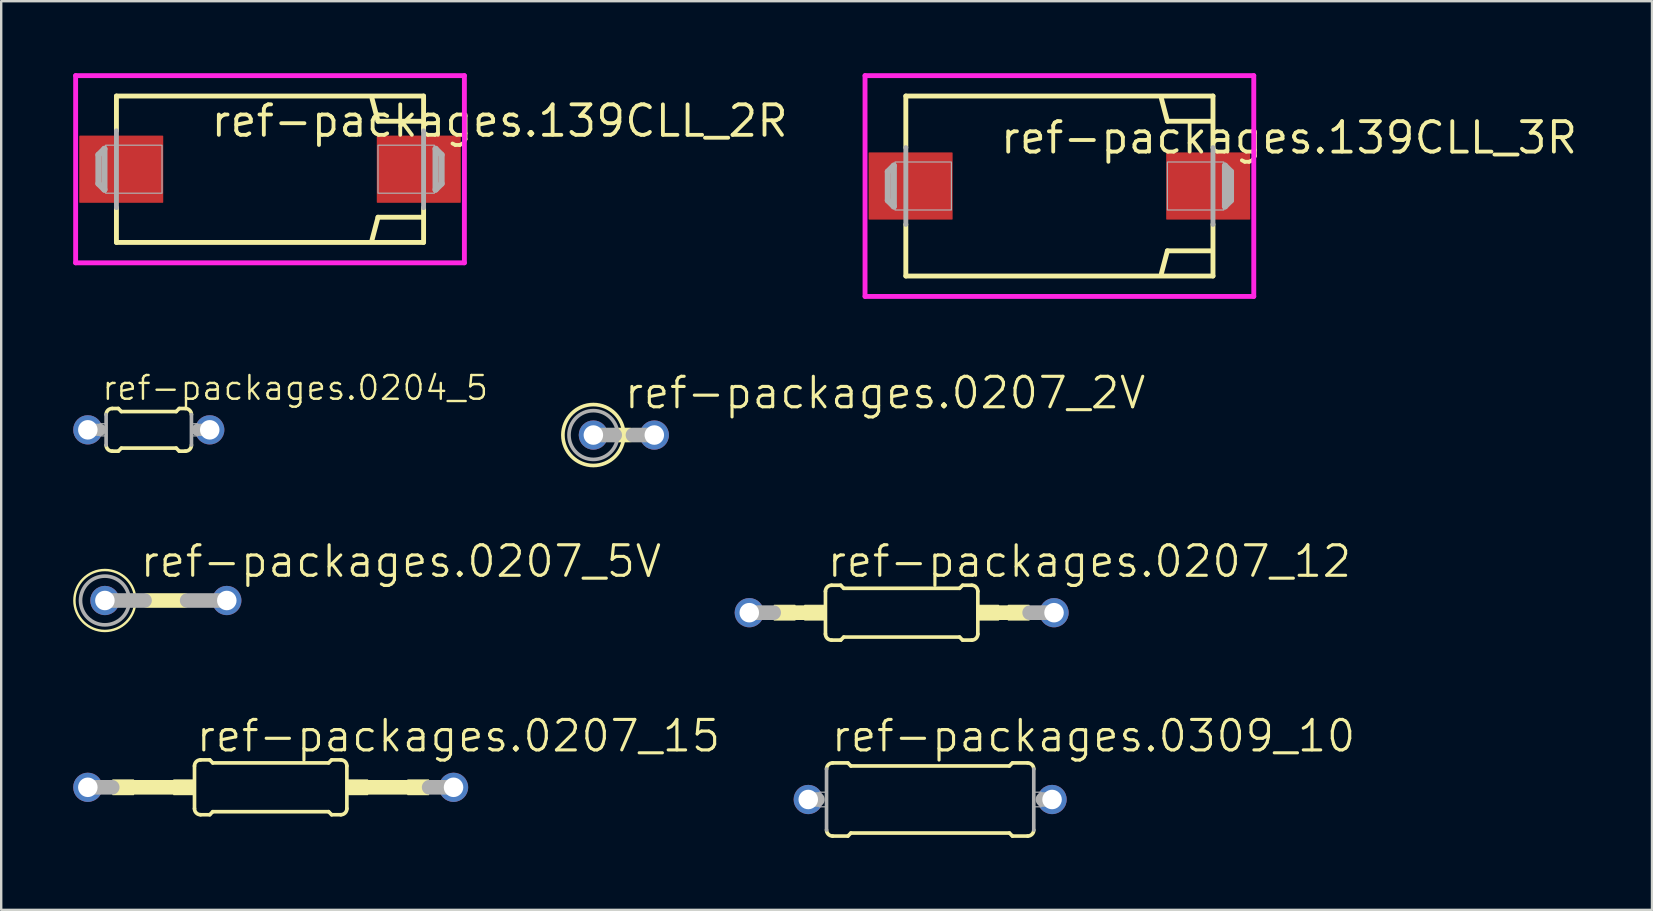
<source format=kicad_pcb>
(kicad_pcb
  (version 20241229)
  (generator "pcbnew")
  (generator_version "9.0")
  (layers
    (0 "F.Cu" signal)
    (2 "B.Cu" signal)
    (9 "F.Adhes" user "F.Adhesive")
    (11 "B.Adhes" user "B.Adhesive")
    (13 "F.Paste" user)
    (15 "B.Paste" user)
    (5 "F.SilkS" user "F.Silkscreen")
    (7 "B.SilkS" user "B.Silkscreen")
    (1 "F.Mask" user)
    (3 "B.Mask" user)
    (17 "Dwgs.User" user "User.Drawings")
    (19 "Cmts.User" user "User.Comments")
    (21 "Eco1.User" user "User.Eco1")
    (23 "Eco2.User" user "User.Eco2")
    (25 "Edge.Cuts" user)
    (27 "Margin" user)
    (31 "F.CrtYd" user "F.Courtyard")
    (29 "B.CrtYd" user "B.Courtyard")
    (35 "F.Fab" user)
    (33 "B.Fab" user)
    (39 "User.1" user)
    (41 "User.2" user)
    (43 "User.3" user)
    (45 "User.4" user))
  (footprint "ref-packages.0207_2V"
    (layer "F.Cu")
    (at 22.947 15.079)
    (property "Reference" "ref-packages.0207_2V" (at -0.051 -1.016 0) (layer "F.SilkS") (effects (font (size 1.27 1.27) (thickness 0.13)) (justify left bottom)))
    (attr through_hole)
    (fp_line (start -0.254 0) (end 0.254 0) (stroke (width 0.61) (type default)) (layer "F.SilkS"))
    (fp_circle (center -1.27 0) (end 0 0) (stroke (width 0.152) (type default)) (fill no) (layer "F.SilkS"))
    (fp_line (start -1.27 0) (end -0.381 0) (stroke (width 0.61) (type default)) (layer "F.Fab"))
    (fp_line (start 0.381 0) (end 1.27 0) (stroke (width 0.61) (type default)) (layer "F.Fab"))
    (fp_circle (center -1.27 0) (end -0.254 0) (stroke (width 0.152) (type default)) (fill no) (layer "F.Fab"))
    (pad "1" thru_hole circle (at -1.27 0) (size 1.219 1.219) (drill 0.813) (layers "*.Cu" "*.Mask"))
    (pad "2" thru_hole circle (at 1.27 0) (size 1.219 1.219) (drill 0.813) (layers "*.Cu" "*.Mask")))
  (footprint "ref-packages.0204_5"
    (layer "F.Cu")
    (at 3.15 14.862)
    (property "Reference" "ref-packages.0204_5" (at -2.007 -1.168 0) (layer "F.SilkS") (effects (font (size 0.991 0.991) (thickness 0.1)) (justify left bottom)))
    (attr through_hole)
    (fp_line (start -1.524 -0.889) (end -1.27 -0.889) (stroke (width 0.152) (type default)) (layer "F.SilkS"))
    (fp_line (start -1.524 0.889) (end -1.27 0.889) (stroke (width 0.152) (type default)) (layer "F.SilkS"))
    (fp_line (start -1.143 -0.762) (end -1.27 -0.889) (stroke (width 0.152) (type default)) (layer "F.SilkS"))
    (fp_line (start -1.143 0.762) (end -1.27 0.889) (stroke (width 0.152) (type default)) (layer "F.SilkS"))
    (fp_line (start 1.143 -0.762) (end -1.143 -0.762) (stroke (width 0.152) (type default)) (layer "F.SilkS"))
    (fp_line (start 1.143 -0.762) (end 1.27 -0.889) (stroke (width 0.152) (type default)) (layer "F.SilkS"))
    (fp_line (start 1.143 0.762) (end -1.143 0.762) (stroke (width 0.152) (type default)) (layer "F.SilkS"))
    (fp_line (start 1.143 0.762) (end 1.27 0.889) (stroke (width 0.152) (type default)) (layer "F.SilkS"))
    (fp_line (start 1.524 -0.889) (end 1.27 -0.889) (stroke (width 0.152) (type default)) (layer "F.SilkS"))
    (fp_line (start 1.524 0.889) (end 1.27 0.889) (stroke (width 0.152) (type default)) (layer "F.SilkS"))
    (fp_arc (start -1.778 -0.635) (mid -1.703605 -0.814605) (end -1.524 -0.889) (stroke (width 0.1524) (type default)) (layer "F.SilkS"))
    (fp_arc (start -1.524 0.889) (mid -1.703605 0.814605) (end -1.778 0.635) (stroke (width 0.1524) (type default)) (layer "F.SilkS"))
    (fp_arc (start 1.524 -0.889) (mid 1.703605 -0.814605) (end 1.778 -0.635) (stroke (width 0.1524) (type default)) (layer "F.SilkS"))
    (fp_arc (start 1.778 0.635) (mid 1.703605 0.814605) (end 1.524 0.889) (stroke (width 0.1524) (type default)) (layer "F.SilkS"))
    (fp_line (start -2.54 0) (end -2.032 0) (stroke (width 0.508) (type default)) (layer "F.Fab"))
    (fp_line (start -1.778 0.635) (end -1.778 -0.635) (stroke (width 0.152) (type default)) (layer "F.Fab"))
    (fp_line (start 1.778 0.635) (end 1.778 -0.635) (stroke (width 0.152) (type default)) (layer "F.Fab"))
    (fp_line (start 2.54 0) (end 2.032 0) (stroke (width 0.508) (type default)) (layer "F.Fab"))
    (fp_rect (start -2.032 0.254) (end -1.778 -0.254) (stroke (width 0.05) (type default)) (fill no) (layer "F.Fab"))
    (fp_rect (start 1.778 0.254) (end 2.032 -0.254) (stroke (width 0.05) (type default)) (fill no) (layer "F.Fab"))
    (pad "1" thru_hole circle (at -2.54 0) (size 1.219 1.219) (drill 0.813) (layers "*.Cu" "*.Mask"))
    (pad "2" thru_hole circle (at 2.54 0) (size 1.219 1.219) (drill 0.813) (layers "*.Cu" "*.Mask")))
  (footprint "ref-packages.139CLL_2R"
    (layer "F.Cu")
    (at 8.202 4.002)
    (property "Reference" "ref-packages.139CLL_2R" (at -2.54 -1.27 0) (layer "F.SilkS") (effects (font (size 1.27 1.27) (thickness 0.16)) (justify left bottom)))
    (attr smd)
    (fp_line (start -6.4 -3.05) (end 6.4 -3.05) (stroke (width 0.203) (type default)) (layer "F.SilkS"))
    (fp_line (start -6.4 -1.6) (end -6.4 -3.05) (stroke (width 0.203) (type default)) (layer "F.SilkS"))
    (fp_line (start -6.4 3.05) (end -6.4 1.6) (stroke (width 0.203) (type default)) (layer "F.SilkS"))
    (fp_line (start 4.5 -2) (end 4.25 -2.95) (stroke (width 0.203) (type default)) (layer "F.SilkS"))
    (fp_line (start 4.5 2) (end 4.25 2.95) (stroke (width 0.203) (type default)) (layer "F.SilkS"))
    (fp_line (start 6.35 -2) (end 4.5 -2) (stroke (width 0.203) (type default)) (layer "F.SilkS"))
    (fp_line (start 6.35 2) (end 4.5 2) (stroke (width 0.203) (type default)) (layer "F.SilkS"))
    (fp_line (start 6.4 -3.05) (end 6.4 -1.6) (stroke (width 0.203) (type default)) (layer "F.SilkS"))
    (fp_line (start 6.4 1.6) (end 6.4 3.05) (stroke (width 0.203) (type default)) (layer "F.SilkS"))
    (fp_line (start 6.4 3.05) (end -6.4 3.05) (stroke (width 0.203) (type default)) (layer "F.SilkS"))
    (fp_line (start -8.1 -3.9) (end -8.1 3.9) (stroke (width 0.203) (type default)) (layer "F.CrtYd"))
    (fp_line (start -8.1 3.9) (end 8.1 3.9) (stroke (width 0.203) (type default)) (layer "F.CrtYd"))
    (fp_line (start 8.1 -3.9) (end -8.1 -3.9) (stroke (width 0.203) (type default)) (layer "F.CrtYd"))
    (fp_line (start 8.1 3.9) (end 8.1 -3.9) (stroke (width 0.203) (type default)) (layer "F.CrtYd"))
    (fp_line (start -7.15 -0.6) (end -6.9 -0.85) (stroke (width 0.254) (type default)) (layer "F.Fab"))
    (fp_line (start -7.15 0.6) (end -7.15 -0.6) (stroke (width 0.254) (type default)) (layer "F.Fab"))
    (fp_line (start -6.9 -0.85) (end -6.9 0.85) (stroke (width 0.254) (type default)) (layer "F.Fab"))
    (fp_line (start -6.9 0.85) (end -7.15 0.6) (stroke (width 0.254) (type default)) (layer "F.Fab"))
    (fp_line (start -6.4 1.6) (end -6.4 -1.6) (stroke (width 0.203) (type default)) (layer "F.Fab"))
    (fp_line (start 6.4 -1.6) (end 6.4 1.6) (stroke (width 0.203) (type default)) (layer "F.Fab"))
    (fp_line (start 6.9 -0.85) (end 7.15 -0.6) (stroke (width 0.254) (type default)) (layer "F.Fab"))
    (fp_line (start 6.9 0.85) (end 6.9 -0.85) (stroke (width 0.254) (type default)) (layer "F.Fab"))
    (fp_line (start 7.15 -0.6) (end 7.15 0.6) (stroke (width 0.254) (type default)) (layer "F.Fab"))
    (fp_line (start 7.15 0.6) (end 6.9 0.85) (stroke (width 0.254) (type default)) (layer "F.Fab"))
    (fp_rect (start -6.85 1) (end -4.5 -1) (stroke (width 0.05) (type default)) (fill no) (layer "F.Fab"))
    (fp_rect (start 4.5 1) (end 6.85 -1) (stroke (width 0.05) (type default)) (fill no) (layer "F.Fab"))
    (pad "+" smd roundrect (at 6.2 0) (size 3.5 2.8) (layers "F.Cu" "F.Mask" "F.Paste") (roundrect_rratio 0.01))
    (pad "-" smd roundrect (at -6.2 0) (size 3.5 2.8) (layers "F.Cu" "F.Mask" "F.Paste") (roundrect_rratio 0.01)))
  (footprint "ref-packages.0207_5V"
    (layer "F.Cu")
    (at 3.861 21.974)
    (property "Reference" "ref-packages.0207_5V" (at -1.143 -0.889 0) (layer "F.SilkS") (effects (font (size 1.27 1.27) (thickness 0.13)) (justify left bottom)))
    (attr through_hole)
    (fp_line (start -0.762 0) (end 0.762 0) (stroke (width 0.61) (type default)) (layer "F.SilkS"))
    (fp_circle (center -2.54 0) (end -1.27 0) (stroke (width 0.102) (type default)) (fill no) (layer "F.SilkS"))
    (fp_line (start -2.54 0) (end -0.889 0) (stroke (width 0.61) (type default)) (layer "F.Fab"))
    (fp_line (start 0.889 0) (end 2.54 0) (stroke (width 0.61) (type default)) (layer "F.Fab"))
    (fp_circle (center -2.54 0) (end -1.524 0) (stroke (width 0.152) (type default)) (fill no) (layer "F.Fab"))
    (pad "1" thru_hole circle (at -2.54 0) (size 1.219 1.219) (drill 0.813) (layers "*.Cu" "*.Mask"))
    (pad "2" thru_hole circle (at 2.54 0) (size 1.219 1.219) (drill 0.813) (layers "*.Cu" "*.Mask")))
  (footprint "ref-packages.0207_12"
    (layer "F.Cu")
    (at 34.524 22.482)
    (property "Reference" "ref-packages.0207_12" (at -3.175 -1.397 0) (layer "F.SilkS") (effects (font (size 1.27 1.27) (thickness 0.13)) (justify left bottom)))
    (attr through_hole)
    (fp_line (start -4.445 0) (end -4.064 0) (stroke (width 0.61) (type default)) (layer "F.SilkS"))
    (fp_line (start -3.175 0.889) (end -3.175 -0.889) (stroke (width 0.152) (type default)) (layer "F.SilkS"))
    (fp_line (start -2.921 -1.143) (end -2.54 -1.143) (stroke (width 0.152) (type default)) (layer "F.SilkS"))
    (fp_line (start -2.921 1.143) (end -2.54 1.143) (stroke (width 0.152) (type default)) (layer "F.SilkS"))
    (fp_line (start -2.413 -1.016) (end -2.54 -1.143) (stroke (width 0.152) (type default)) (layer "F.SilkS"))
    (fp_line (start -2.413 1.016) (end -2.54 1.143) (stroke (width 0.152) (type default)) (layer "F.SilkS"))
    (fp_line (start 2.413 -1.016) (end -2.413 -1.016) (stroke (width 0.152) (type default)) (layer "F.SilkS"))
    (fp_line (start 2.413 -1.016) (end 2.54 -1.143) (stroke (width 0.152) (type default)) (layer "F.SilkS"))
    (fp_line (start 2.413 1.016) (end -2.413 1.016) (stroke (width 0.152) (type default)) (layer "F.SilkS"))
    (fp_line (start 2.413 1.016) (end 2.54 1.143) (stroke (width 0.152) (type default)) (layer "F.SilkS"))
    (fp_line (start 2.921 -1.143) (end 2.54 -1.143) (stroke (width 0.152) (type default)) (layer "F.SilkS"))
    (fp_line (start 2.921 1.143) (end 2.54 1.143) (stroke (width 0.152) (type default)) (layer "F.SilkS"))
    (fp_line (start 3.175 0.889) (end 3.175 -0.889) (stroke (width 0.152) (type default)) (layer "F.SilkS"))
    (fp_line (start 4.445 0) (end 4.064 0) (stroke (width 0.61) (type default)) (layer "F.SilkS"))
    (fp_rect (start -5.309 0.305) (end -4.445 -0.305) (stroke (width 0.05) (type default)) (fill yes) (layer "F.SilkS"))
    (fp_rect (start -4.039 0.305) (end -3.175 -0.305) (stroke (width 0.05) (type default)) (fill yes) (layer "F.SilkS"))
    (fp_rect (start 3.175 0.305) (end 4.039 -0.305) (stroke (width 0.05) (type default)) (fill yes) (layer "F.SilkS"))
    (fp_rect (start 4.445 0.305) (end 5.309 -0.305) (stroke (width 0.05) (type default)) (fill yes) (layer "F.SilkS"))
    (fp_arc (start -3.175 -0.889) (mid -3.100605 -1.068605) (end -2.921 -1.143) (stroke (width 0.1524) (type default)) (layer "F.SilkS"))
    (fp_arc (start -2.921 1.143) (mid -3.100605 1.068605) (end -3.175 0.889) (stroke (width 0.1524) (type default)) (layer "F.SilkS"))
    (fp_arc (start 2.921 -1.143) (mid 3.100605 -1.068605) (end 3.175 -0.889) (stroke (width 0.1524) (type default)) (layer "F.SilkS"))
    (fp_arc (start 3.175 0.889) (mid 3.100605 1.068605) (end 2.921 1.143) (stroke (width 0.1524) (type default)) (layer "F.SilkS"))
    (fp_line (start -6.35 0) (end -5.334 0) (stroke (width 0.61) (type default)) (layer "F.Fab"))
    (fp_line (start 6.35 0) (end 5.334 0) (stroke (width 0.61) (type default)) (layer "F.Fab"))
    (pad "1" thru_hole circle (at -6.35 0) (size 1.219 1.219) (drill 0.813) (layers "*.Cu" "*.Mask"))
    (pad "2" thru_hole circle (at 6.35 0) (size 1.219 1.219) (drill 0.813) (layers "*.Cu" "*.Mask")))
  (footprint "ref-packages.139CLL_3R"
    (layer "F.Cu")
    (at 41.098 4.702)
    (property "Reference" "ref-packages.139CLL_3R" (at -2.54 -1.27 0) (layer "F.SilkS") (effects (font (size 1.27 1.27) (thickness 0.16)) (justify left bottom)))
    (attr smd)
    (fp_line (start -6.4 -3.75) (end 6.4 -3.75) (stroke (width 0.203) (type default)) (layer "F.SilkS"))
    (fp_line (start -6.4 -1.6) (end -6.4 -3.75) (stroke (width 0.203) (type default)) (layer "F.SilkS"))
    (fp_line (start -6.4 3.75) (end -6.4 1.6) (stroke (width 0.203) (type default)) (layer "F.SilkS"))
    (fp_line (start 4.5 -2.7) (end 4.25 -3.65) (stroke (width 0.203) (type default)) (layer "F.SilkS"))
    (fp_line (start 4.5 2.7) (end 4.25 3.65) (stroke (width 0.203) (type default)) (layer "F.SilkS"))
    (fp_line (start 6.35 -2.7) (end 4.5 -2.7) (stroke (width 0.203) (type default)) (layer "F.SilkS"))
    (fp_line (start 6.35 2.7) (end 4.5 2.7) (stroke (width 0.203) (type default)) (layer "F.SilkS"))
    (fp_line (start 6.4 -3.75) (end 6.4 -1.6) (stroke (width 0.203) (type default)) (layer "F.SilkS"))
    (fp_line (start 6.4 1.6) (end 6.4 3.75) (stroke (width 0.203) (type default)) (layer "F.SilkS"))
    (fp_line (start 6.4 3.75) (end -6.4 3.75) (stroke (width 0.203) (type default)) (layer "F.SilkS"))
    (fp_line (start -8.1 -4.6) (end -8.1 4.6) (stroke (width 0.203) (type default)) (layer "F.CrtYd"))
    (fp_line (start -8.1 4.6) (end 8.1 4.6) (stroke (width 0.203) (type default)) (layer "F.CrtYd"))
    (fp_line (start 8.1 -4.6) (end -8.1 -4.6) (stroke (width 0.203) (type default)) (layer "F.CrtYd"))
    (fp_line (start 8.1 4.6) (end 8.1 -4.6) (stroke (width 0.203) (type default)) (layer "F.CrtYd"))
    (fp_line (start -7.15 -0.6) (end -6.9 -0.85) (stroke (width 0.254) (type default)) (layer "F.Fab"))
    (fp_line (start -7.15 0.6) (end -7.15 -0.6) (stroke (width 0.254) (type default)) (layer "F.Fab"))
    (fp_line (start -6.9 -0.85) (end -6.9 0.85) (stroke (width 0.254) (type default)) (layer "F.Fab"))
    (fp_line (start -6.9 0.85) (end -7.15 0.6) (stroke (width 0.254) (type default)) (layer "F.Fab"))
    (fp_line (start -6.4 1.6) (end -6.4 -1.6) (stroke (width 0.203) (type default)) (layer "F.Fab"))
    (fp_line (start 6.4 -1.6) (end 6.4 1.6) (stroke (width 0.203) (type default)) (layer "F.Fab"))
    (fp_line (start 6.9 -0.85) (end 7.15 -0.6) (stroke (width 0.254) (type default)) (layer "F.Fab"))
    (fp_line (start 6.9 0.85) (end 6.9 -0.85) (stroke (width 0.254) (type default)) (layer "F.Fab"))
    (fp_line (start 7.15 -0.6) (end 7.15 0.6) (stroke (width 0.254) (type default)) (layer "F.Fab"))
    (fp_line (start 7.15 0.6) (end 6.9 0.85) (stroke (width 0.254) (type default)) (layer "F.Fab"))
    (fp_rect (start -6.85 1) (end -4.5 -1) (stroke (width 0.05) (type default)) (fill no) (layer "F.Fab"))
    (fp_rect (start 4.5 1) (end 6.85 -1) (stroke (width 0.05) (type default)) (fill no) (layer "F.Fab"))
    (pad "+" smd roundrect (at 6.2 0) (size 3.5 2.8) (layers "F.Cu" "F.Mask" "F.Paste") (roundrect_rratio 0.01))
    (pad "-" smd roundrect (at -6.2 0) (size 3.5 2.8) (layers "F.Cu" "F.Mask" "F.Paste") (roundrect_rratio 0.01)))
  (footprint "ref-packages.0309_10"
    (layer "F.Cu")
    (at 35.712 30.267)
    (property "Reference" "ref-packages.0309_10" (at -4.191 -1.905 0) (layer "F.SilkS") (effects (font (size 1.27 1.27) (thickness 0.13)) (justify left bottom)))
    (attr through_hole)
    (fp_line (start -4.064 -1.524) (end -3.429 -1.524) (stroke (width 0.152) (type default)) (layer "F.SilkS"))
    (fp_line (start -4.064 1.524) (end -3.429 1.524) (stroke (width 0.152) (type default)) (layer "F.SilkS"))
    (fp_line (start -3.302 -1.397) (end -3.429 -1.524) (stroke (width 0.152) (type default)) (layer "F.SilkS"))
    (fp_line (start -3.302 1.397) (end -3.429 1.524) (stroke (width 0.152) (type default)) (layer "F.SilkS"))
    (fp_line (start 3.302 -1.397) (end -3.302 -1.397) (stroke (width 0.152) (type default)) (layer "F.SilkS"))
    (fp_line (start 3.302 -1.397) (end 3.429 -1.524) (stroke (width 0.152) (type default)) (layer "F.SilkS"))
    (fp_line (start 3.302 1.397) (end -3.302 1.397) (stroke (width 0.152) (type default)) (layer "F.SilkS"))
    (fp_line (start 3.302 1.397) (end 3.429 1.524) (stroke (width 0.152) (type default)) (layer "F.SilkS"))
    (fp_line (start 4.064 -1.524) (end 3.429 -1.524) (stroke (width 0.152) (type default)) (layer "F.SilkS"))
    (fp_line (start 4.064 1.524) (end 3.429 1.524) (stroke (width 0.152) (type default)) (layer "F.SilkS"))
    (fp_arc (start -4.318 -1.27) (mid -4.243605 -1.449605) (end -4.064 -1.524) (stroke (width 0.1524) (type default)) (layer "F.SilkS"))
    (fp_arc (start -4.064 1.524) (mid -4.243605 1.449605) (end -4.318 1.27) (stroke (width 0.1524) (type default)) (layer "F.SilkS"))
    (fp_arc (start 4.064 -1.524) (mid 4.243605 -1.449605) (end 4.318 -1.27) (stroke (width 0.1524) (type default)) (layer "F.SilkS"))
    (fp_arc (start 4.318 1.27) (mid 4.243605 1.449605) (end 4.064 1.524) (stroke (width 0.1524) (type default)) (layer "F.SilkS"))
    (fp_line (start -4.699 0) (end -5.08 0) (stroke (width 0.61) (type default)) (layer "F.Fab"))
    (fp_line (start -4.318 1.27) (end -4.318 -1.27) (stroke (width 0.152) (type default)) (layer "F.Fab"))
    (fp_line (start 4.318 1.27) (end 4.318 -1.27) (stroke (width 0.152) (type default)) (layer "F.Fab"))
    (fp_line (start 5.08 0) (end 4.699 0) (stroke (width 0.61) (type default)) (layer "F.Fab"))
    (fp_rect (start -4.623 0.305) (end -4.318 -0.305) (stroke (width 0.05) (type default)) (fill no) (layer "F.Fab"))
    (fp_rect (start 4.318 0.305) (end 4.623 -0.305) (stroke (width 0.05) (type default)) (fill no) (layer "F.Fab"))
    (pad "1" thru_hole circle (at -5.08 0) (size 1.219 1.219) (drill 0.813) (layers "*.Cu" "*.Mask"))
    (pad "2" thru_hole circle (at 5.08 0) (size 1.219 1.219) (drill 0.813) (layers "*.Cu" "*.Mask")))
  (footprint "ref-packages.0207_15"
    (layer "F.Cu")
    (at 8.23 29.759)
    (property "Reference" "ref-packages.0207_15" (at -3.175 -1.397 0) (layer "F.SilkS") (effects (font (size 1.27 1.27) (thickness 0.13)) (justify left bottom)))
    (attr through_hole)
    (fp_line (start -5.715 0) (end -4.064 0) (stroke (width 0.61) (type default)) (layer "F.SilkS"))
    (fp_line (start -3.175 0.889) (end -3.175 -0.889) (stroke (width 0.152) (type default)) (layer "F.SilkS"))
    (fp_line (start -2.921 -1.143) (end -2.54 -1.143) (stroke (width 0.152) (type default)) (layer "F.SilkS"))
    (fp_line (start -2.921 1.143) (end -2.54 1.143) (stroke (width 0.152) (type default)) (layer "F.SilkS"))
    (fp_line (start -2.413 -1.016) (end -2.54 -1.143) (stroke (width 0.152) (type default)) (layer "F.SilkS"))
    (fp_line (start -2.413 1.016) (end -2.54 1.143) (stroke (width 0.152) (type default)) (layer "F.SilkS"))
    (fp_line (start 2.413 -1.016) (end -2.413 -1.016) (stroke (width 0.152) (type default)) (layer "F.SilkS"))
    (fp_line (start 2.413 -1.016) (end 2.54 -1.143) (stroke (width 0.152) (type default)) (layer "F.SilkS"))
    (fp_line (start 2.413 1.016) (end -2.413 1.016) (stroke (width 0.152) (type default)) (layer "F.SilkS"))
    (fp_line (start 2.413 1.016) (end 2.54 1.143) (stroke (width 0.152) (type default)) (layer "F.SilkS"))
    (fp_line (start 2.921 -1.143) (end 2.54 -1.143) (stroke (width 0.152) (type default)) (layer "F.SilkS"))
    (fp_line (start 2.921 1.143) (end 2.54 1.143) (stroke (width 0.152) (type default)) (layer "F.SilkS"))
    (fp_line (start 3.175 0.889) (end 3.175 -0.889) (stroke (width 0.152) (type default)) (layer "F.SilkS"))
    (fp_line (start 5.715 0) (end 4.064 0) (stroke (width 0.61) (type default)) (layer "F.SilkS"))
    (fp_rect (start -6.579 0.305) (end -5.715 -0.305) (stroke (width 0.05) (type default)) (fill yes) (layer "F.SilkS"))
    (fp_rect (start -4.039 0.305) (end -3.175 -0.305) (stroke (width 0.05) (type default)) (fill yes) (layer "F.SilkS"))
    (fp_rect (start 3.175 0.305) (end 4.039 -0.305) (stroke (width 0.05) (type default)) (fill yes) (layer "F.SilkS"))
    (fp_rect (start 5.715 0.305) (end 6.579 -0.305) (stroke (width 0.05) (type default)) (fill yes) (layer "F.SilkS"))
    (fp_arc (start -3.175 -0.889) (mid -3.100605 -1.068605) (end -2.921 -1.143) (stroke (width 0.1524) (type default)) (layer "F.SilkS"))
    (fp_arc (start -2.921 1.143) (mid -3.100605 1.068605) (end -3.175 0.889) (stroke (width 0.1524) (type default)) (layer "F.SilkS"))
    (fp_arc (start 2.921 -1.143) (mid 3.100605 -1.068605) (end 3.175 -0.889) (stroke (width 0.1524) (type default)) (layer "F.SilkS"))
    (fp_arc (start 3.175 0.889) (mid 3.100605 1.068605) (end 2.921 1.143) (stroke (width 0.1524) (type default)) (layer "F.SilkS"))
    (fp_line (start -7.62 0) (end -6.604 0) (stroke (width 0.61) (type default)) (layer "F.Fab"))
    (fp_line (start 7.62 0) (end 6.604 0) (stroke (width 0.61) (type default)) (layer "F.Fab"))
    (pad "1" thru_hole circle (at -7.62 0) (size 1.219 1.219) (drill 0.813) (layers "*.Cu" "*.Mask"))
    (pad "2" thru_hole circle (at 7.62 0) (size 1.219 1.219) (drill 0.813) (layers "*.Cu" "*.Mask")))
  (gr_rect
    (start -3 -3)
    (end 65.793 34.867)
    (stroke (width 0.1) (type default))
    (fill no)
    (layer "Edge.Cuts")))
</source>
